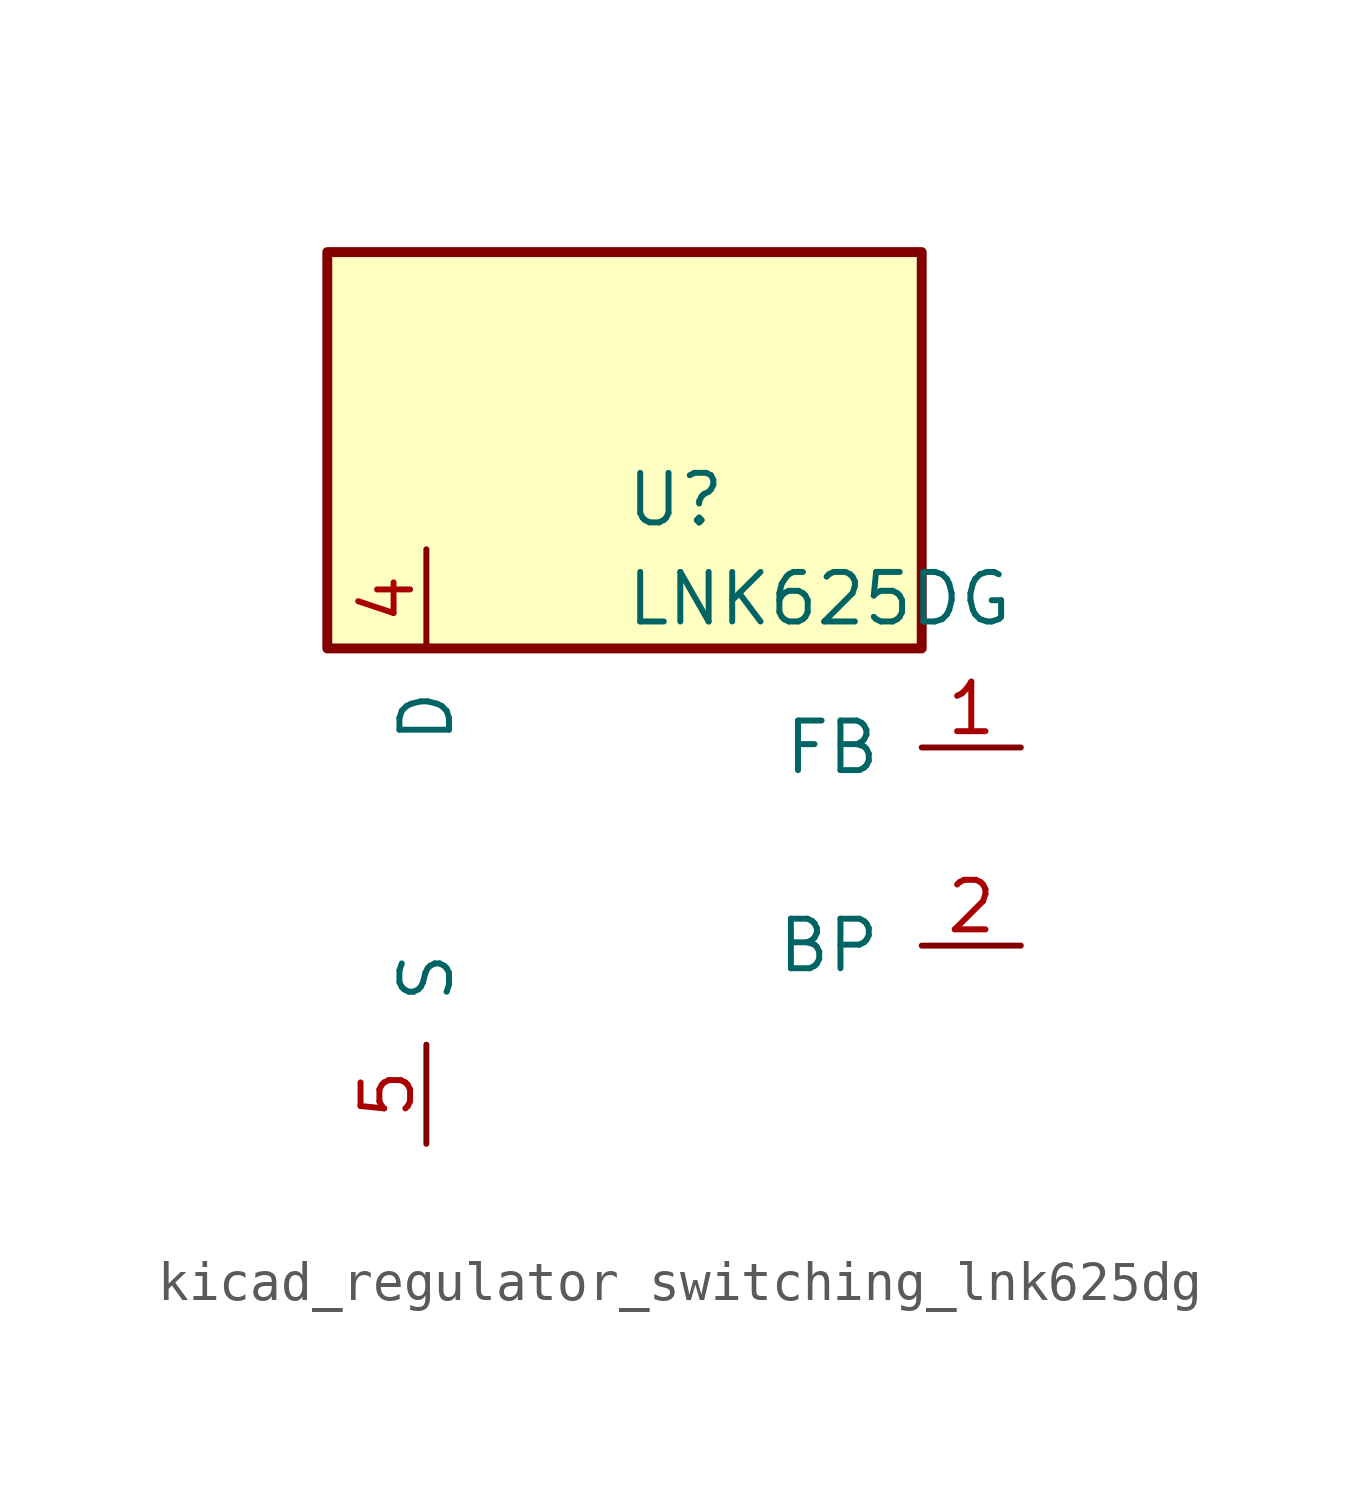
<source format=kicad_sym>
(kicad_symbol_lib
  (version 20220914)
  (generator kicad_symbol_editor)
  (symbol "kicad_regulator_switching_lnk625dg"
    (pin_names
      (offset 1.016))
    (property "Reference" "U"
      (at 0 8.89 0)
      (effects (font (size 1.27 1.27)) (justify left)))
    (property "Value" "LNK625DG"
      (at 0 6.35 0)
      (effects (font (size 1.27 1.27)) (justify left)))
    (symbol "kicad_regulator_switching_lnk625dg_0_1"
      (rectangle (start 7.62 15.24) (end -7.62 5.08) (stroke (width 0.254) (type default)) (fill (type background))))
    (symbol "kicad_regulator_switching_lnk625dg_1_1"
      (pin input line (at 10.16 2.54 180) (length 2.54) (name "FB" (effects (font (size 1.27 1.27)))) (number "1" (effects (font (size 1.27 1.27)))))
      (pin input line (at 10.16 -2.54 180) (length 2.54) (name "BP" (effects (font (size 1.27 1.27)))) (number "2" (effects (font (size 1.27 1.27)))))
      (pin open_collector line (at -5.08 7.62 270) (length 2.54) (name "D" (effects (font (size 1.27 1.27)))) (number "4" (effects (font (size 1.27 1.27)))))
      (pin power_in line (at -5.08 -7.62 90) (length 2.54) (name "S" (effects (font (size 1.27 1.27)))) (number "5" (effects (font (size 1.27 1.27)))))
      (pin passive line (at -5.08 -7.62 90) (length 2.54) hide (name "S" (effects (font (size 1.27 1.27)))) (number "6" (effects (font (size 1.27 1.27)))))
      (pin passive line (at -5.08 -7.62 90) (length 2.54) hide (name "S" (effects (font (size 1.27 1.27)))) (number "7" (effects (font (size 1.27 1.27)))))
      (pin passive line (at -5.08 -7.62 90) (length 2.54) hide (name "S" (effects (font (size 1.27 1.27)))) (number "8" (effects (font (size 1.27 1.27))))))))
</source>
